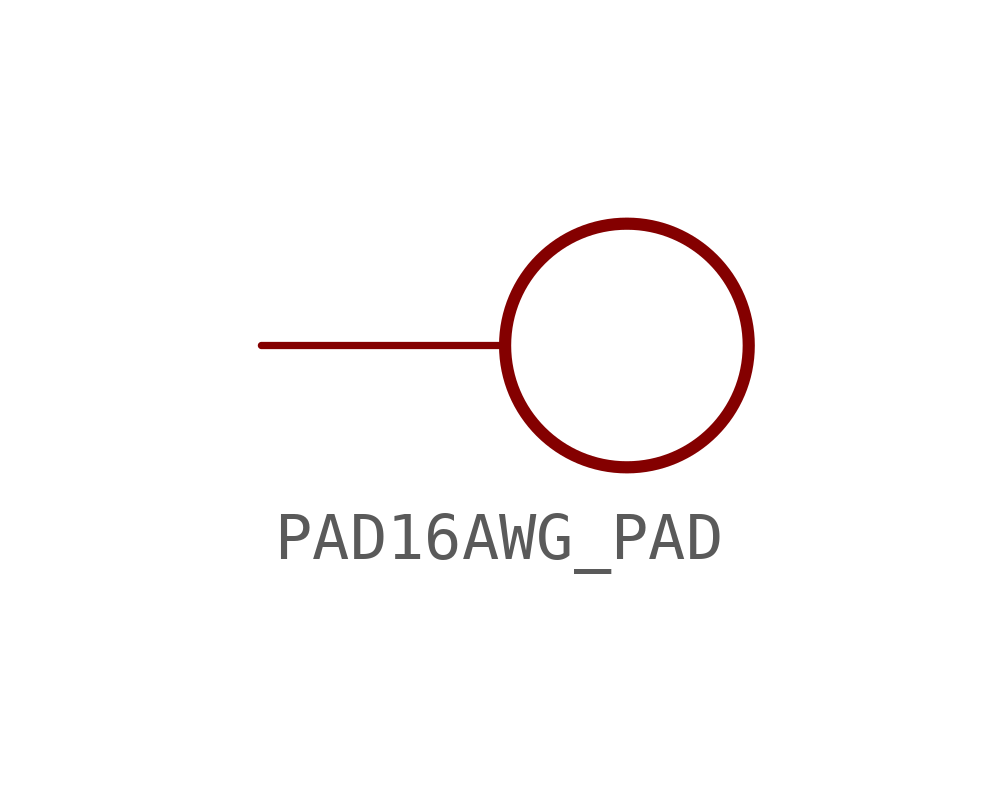
<source format=kicad_sym>
(kicad_symbol_lib
  (version 20220914)
  (generator kicad_symbol_editor)
  (symbol "PAD16AWG_PAD"
    (property "Reference" ""
      (at -7.62 5.08 0)
      (effects (font (size 1.676 1.425)) (justify left bottom) hide))
    (property "ki_locked" ""
      (at 0 0 0)
      (effects (font (size 1.27 1.27))))
    (symbol "PAD16AWG_PAD_1_0"
      (circle (center 0 0) (radius 2.54) (stroke (width 0.254) (type solid)) (fill (type none)))
      (pin bidirectional line (at -7.62 0 0) (length 5.08) (name "P$1" (effects (font (size 0 0)))) (number "1" (effects (font (size 0 0))))))))
</source>
